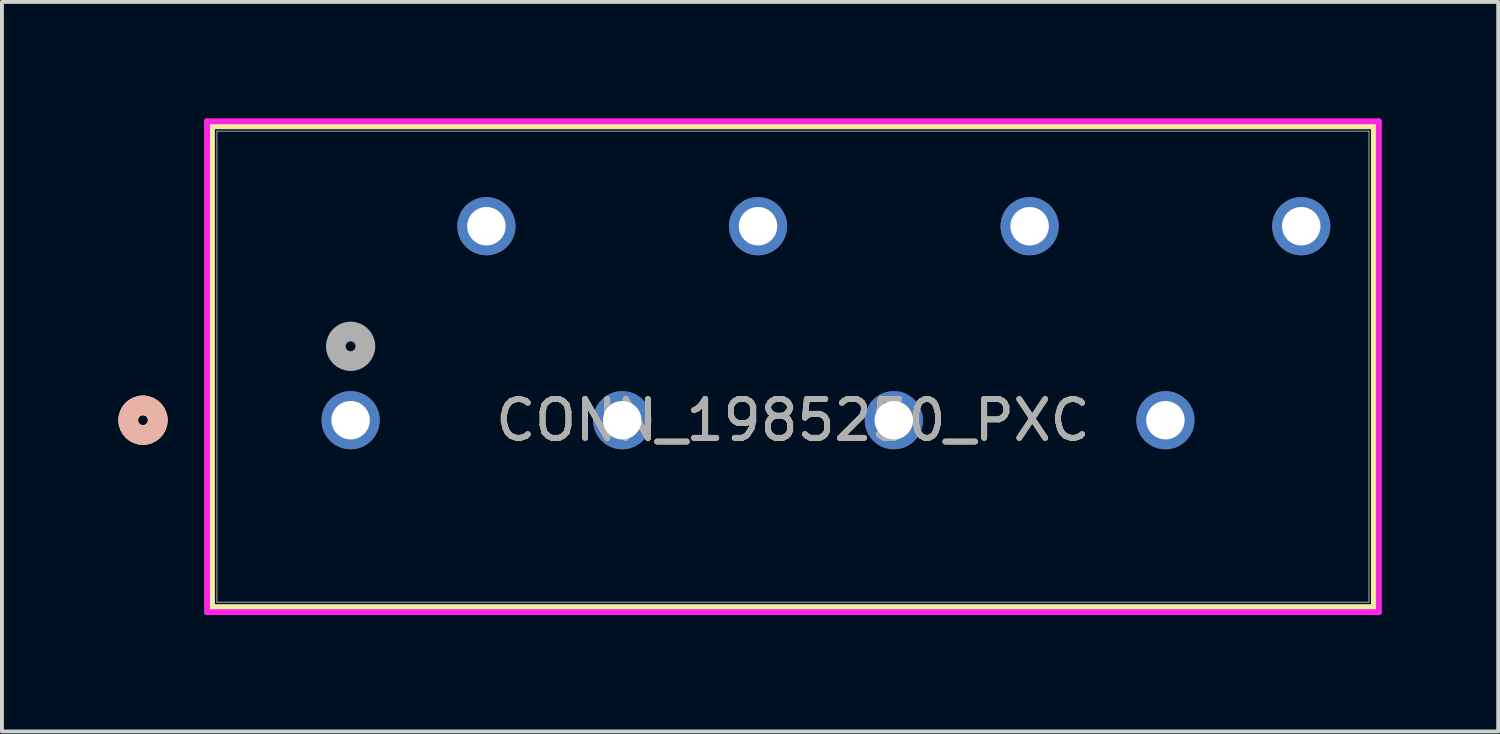
<source format=kicad_pcb>
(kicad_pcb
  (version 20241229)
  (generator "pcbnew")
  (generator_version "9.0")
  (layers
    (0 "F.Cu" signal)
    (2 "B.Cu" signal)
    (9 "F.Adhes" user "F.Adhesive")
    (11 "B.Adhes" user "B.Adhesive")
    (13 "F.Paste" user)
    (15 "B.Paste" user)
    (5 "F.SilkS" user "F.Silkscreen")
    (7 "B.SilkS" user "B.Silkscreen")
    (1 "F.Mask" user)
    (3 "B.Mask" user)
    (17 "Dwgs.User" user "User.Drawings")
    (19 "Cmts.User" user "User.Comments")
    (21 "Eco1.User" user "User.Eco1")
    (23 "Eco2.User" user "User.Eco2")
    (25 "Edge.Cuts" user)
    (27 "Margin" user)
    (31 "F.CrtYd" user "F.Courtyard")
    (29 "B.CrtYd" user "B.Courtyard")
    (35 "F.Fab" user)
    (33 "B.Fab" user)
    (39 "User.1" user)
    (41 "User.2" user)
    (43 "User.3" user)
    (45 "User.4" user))
  (footprint "CONN_1985250_PXC"
    (layer "F.Cu")
    (at 5.986 7.78)
    (property "Reference" "CONN_1985250_PXC" (at 11.4 0 0) (unlocked yes) (layer "F.SilkS") (effects (font (size 1 1) (thickness 0.15))))
    (attr through_hole)
    (fp_line (start -3.573 -7.577) (end -3.573 4.818) (stroke (width 0.152) (type solid)) (layer "F.SilkS"))
    (fp_line (start -3.573 4.818) (end 26.373 4.818) (stroke (width 0.152) (type solid)) (layer "F.SilkS"))
    (fp_line (start 26.373 -7.577) (end -3.573 -7.577) (stroke (width 0.152) (type solid)) (layer "F.SilkS"))
    (fp_line (start 26.373 4.818) (end 26.373 -7.577) (stroke (width 0.152) (type solid)) (layer "F.SilkS"))
    (fp_circle (center -5.351 0) (end -4.97 0) (stroke (width 0.508) (type solid)) (fill no) (layer "F.SilkS"))
    (fp_circle (center -5.351 0) (end -4.97 0) (stroke (width 0.508) (type solid)) (fill no) (layer "B.SilkS"))
    (fp_line (start -3.7 -7.704) (end -3.7 4.945) (stroke (width 0.152) (type solid)) (layer "F.CrtYd"))
    (fp_line (start -3.7 4.945) (end 26.5 4.945) (stroke (width 0.152) (type solid)) (layer "F.CrtYd"))
    (fp_line (start 26.5 -7.704) (end -3.7 -7.704) (stroke (width 0.152) (type solid)) (layer "F.CrtYd"))
    (fp_line (start 26.5 4.945) (end 26.5 -7.704) (stroke (width 0.152) (type solid)) (layer "F.CrtYd"))
    (fp_line (start -3.446 -7.45) (end -3.446 4.691) (stroke (width 0.025) (type solid)) (layer "F.Fab"))
    (fp_line (start -3.446 4.691) (end 26.246 4.691) (stroke (width 0.025) (type solid)) (layer "F.Fab"))
    (fp_line (start 26.246 -7.45) (end -3.446 -7.45) (stroke (width 0.025) (type solid)) (layer "F.Fab"))
    (fp_line (start 26.246 4.691) (end 26.246 -7.45) (stroke (width 0.025) (type solid)) (layer "F.Fab"))
    (fp_circle (center 0 -1.905) (end 0.381 -1.905) (stroke (width 0.508) (type solid)) (fill no) (layer "F.Fab"))
    (fp_text user "${REFERENCE}" (at 11.4 0 0) (unlocked yes) (layer "F.Fab") (effects (font (size 1 1) (thickness 0.15))))
    (pad "1" thru_hole circle (at 0 0) (size 1.499 1.499) (drill 0.991) (layers "*.Cu" "*.Mask"))
    (pad "2" thru_hole circle (at 3.5 -5) (size 1.499 1.499) (drill 0.991) (layers "*.Cu" "*.Mask"))
    (pad "3" thru_hole circle (at 7 0) (size 1.499 1.499) (drill 0.991) (layers "*.Cu" "*.Mask"))
    (pad "4" thru_hole circle (at 10.5 -5) (size 1.499 1.499) (drill 0.991) (layers "*.Cu" "*.Mask"))
    (pad "5" thru_hole circle (at 14 0) (size 1.499 1.499) (drill 0.991) (layers "*.Cu" "*.Mask"))
    (pad "6" thru_hole circle (at 17.5 -5) (size 1.499 1.499) (drill 0.991) (layers "*.Cu" "*.Mask"))
    (pad "7" thru_hole circle (at 21 0) (size 1.499 1.499) (drill 0.991) (layers "*.Cu" "*.Mask"))
    (pad "8" thru_hole circle (at 24.5 -5) (size 1.499 1.499) (drill 0.991) (layers "*.Cu" "*.Mask")))
  (gr_rect
    (start -3 -3)
    (end 35.563 15.802)
    (stroke (width 0.1) (type default))
    (fill no)
    (layer "Edge.Cuts")))
</source>
